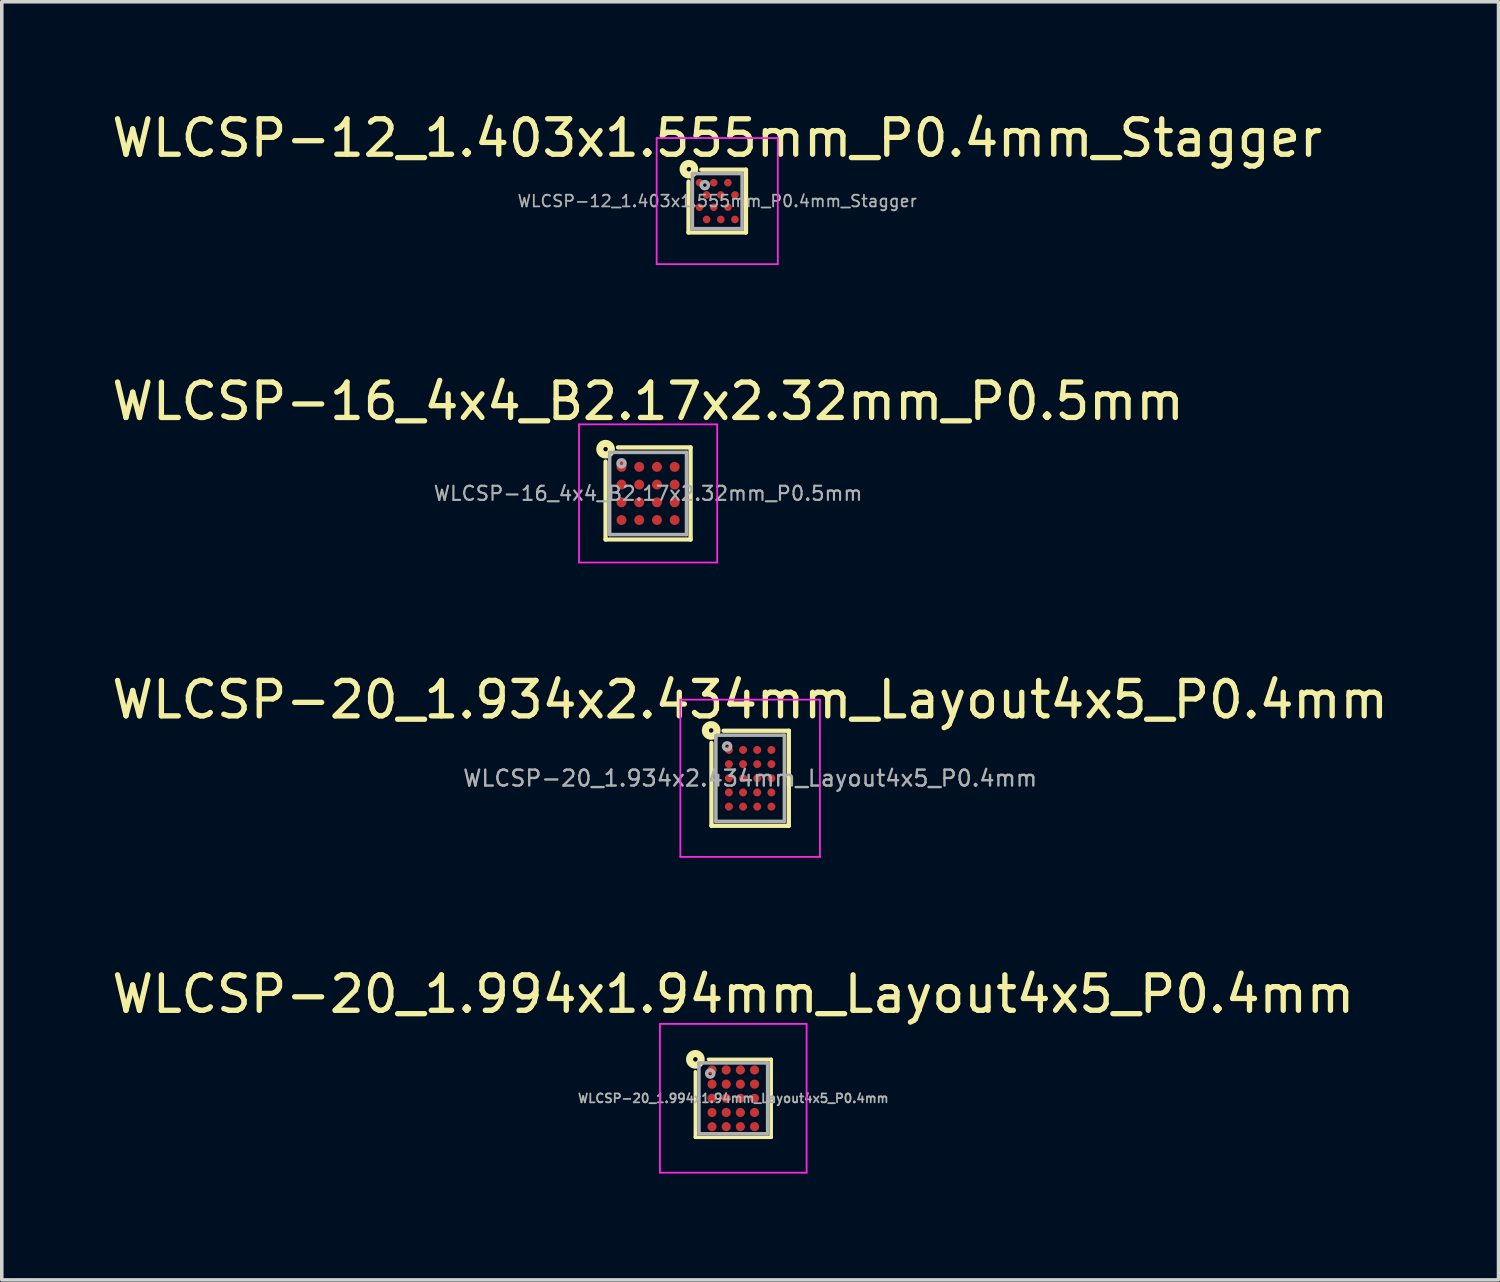
<source format=kicad_pcb>
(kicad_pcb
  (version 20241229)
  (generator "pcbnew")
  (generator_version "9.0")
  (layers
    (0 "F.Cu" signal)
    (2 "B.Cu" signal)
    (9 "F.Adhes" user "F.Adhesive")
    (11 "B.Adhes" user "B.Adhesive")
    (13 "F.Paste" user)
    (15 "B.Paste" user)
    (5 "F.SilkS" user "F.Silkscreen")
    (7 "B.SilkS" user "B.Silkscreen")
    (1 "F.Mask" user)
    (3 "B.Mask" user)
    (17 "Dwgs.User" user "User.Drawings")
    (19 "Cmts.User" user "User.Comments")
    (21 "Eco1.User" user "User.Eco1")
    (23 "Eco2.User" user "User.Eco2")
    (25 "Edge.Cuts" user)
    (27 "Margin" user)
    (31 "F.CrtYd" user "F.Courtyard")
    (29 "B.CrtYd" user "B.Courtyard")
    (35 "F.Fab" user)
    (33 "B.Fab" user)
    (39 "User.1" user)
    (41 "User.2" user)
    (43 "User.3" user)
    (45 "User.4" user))
  (footprint "WLCSP-20_1.934x2.434mm_Layout4x5_P0.4mm"
    (layer "F.Cu")
    (at 18.125 18.919)
    (property "Reference" "WLCSP-20_1.934x2.434mm_Layout4x5_P0.4mm" (at 0 -2.217 0) (layer "F.SilkS") (effects (font (size 1 1) (thickness 0.15))))
    (attr smd)
    (fp_line (start -1.092 1.342) (end -1.092 -1) (stroke (width 0.12) (type solid)) (layer "F.SilkS"))
    (fp_line (start -0.75 -1.342) (end 1.092 -1.342) (stroke (width 0.12) (type solid)) (layer "F.SilkS"))
    (fp_line (start 1.092 -1.342) (end 1.092 1.342) (stroke (width 0.12) (type solid)) (layer "F.SilkS"))
    (fp_line (start 1.092 1.342) (end -1.092 1.342) (stroke (width 0.12) (type solid)) (layer "F.SilkS"))
    (fp_circle (center -1.1 -1.35) (end -1.036 -1.35) (stroke (width 0.2) (type solid)) (fill no) (layer "F.SilkS"))
    (fp_line (start -1.97 -2.22) (end -1.97 2.22) (stroke (width 0.05) (type solid)) (layer "F.CrtYd"))
    (fp_line (start -1.97 2.22) (end 1.97 2.22) (stroke (width 0.05) (type solid)) (layer "F.CrtYd"))
    (fp_line (start 1.97 -2.22) (end -1.97 -2.22) (stroke (width 0.05) (type solid)) (layer "F.CrtYd"))
    (fp_line (start 1.97 2.22) (end 1.97 -2.22) (stroke (width 0.05) (type solid)) (layer "F.CrtYd"))
    (fp_line (start -0.967 1.217) (end -0.967 -1.2) (stroke (width 0.1) (type solid)) (layer "F.Fab"))
    (fp_line (start -0.95 -1.217) (end 0.967 -1.217) (stroke (width 0.1) (type solid)) (layer "F.Fab"))
    (fp_line (start 0.967 -1.217) (end 0.967 1.217) (stroke (width 0.1) (type solid)) (layer "F.Fab"))
    (fp_line (start 0.967 1.217) (end -0.967 1.217) (stroke (width 0.1) (type solid)) (layer "F.Fab"))
    (fp_circle (center -0.65 -0.9) (end -0.55 -0.9) (stroke (width 0.1) (type solid)) (fill no) (layer "F.Fab"))
    (fp_text user "${REFERENCE}" (at 0 0 0) (layer "F.Fab") (effects (font (size 0.45 0.45) (thickness 0.068))))
    (pad "A1" smd circle (at -0.6 -0.8) (size 0.225 0.225) (layers "F.Cu" "F.Mask" "F.Paste"))
    (pad "A2" smd circle (at -0.2 -0.8) (size 0.225 0.225) (layers "F.Cu" "F.Mask" "F.Paste"))
    (pad "A3" smd circle (at 0.2 -0.8) (size 0.225 0.225) (layers "F.Cu" "F.Mask" "F.Paste"))
    (pad "A4" smd circle (at 0.6 -0.8) (size 0.225 0.225) (layers "F.Cu" "F.Mask" "F.Paste"))
    (pad "B1" smd circle (at -0.6 -0.4) (size 0.225 0.225) (layers "F.Cu" "F.Mask" "F.Paste"))
    (pad "B2" smd circle (at -0.2 -0.4) (size 0.225 0.225) (layers "F.Cu" "F.Mask" "F.Paste"))
    (pad "B3" smd circle (at 0.2 -0.4) (size 0.225 0.225) (layers "F.Cu" "F.Mask" "F.Paste"))
    (pad "B4" smd circle (at 0.6 -0.4) (size 0.225 0.225) (layers "F.Cu" "F.Mask" "F.Paste"))
    (pad "C1" smd circle (at -0.6 0) (size 0.225 0.225) (layers "F.Cu" "F.Mask" "F.Paste"))
    (pad "C2" smd circle (at -0.2 0) (size 0.225 0.225) (layers "F.Cu" "F.Mask" "F.Paste"))
    (pad "C3" smd circle (at 0.2 0) (size 0.225 0.225) (layers "F.Cu" "F.Mask" "F.Paste"))
    (pad "C4" smd circle (at 0.6 0) (size 0.225 0.225) (layers "F.Cu" "F.Mask" "F.Paste"))
    (pad "D1" smd circle (at -0.6 0.4) (size 0.225 0.225) (layers "F.Cu" "F.Mask" "F.Paste"))
    (pad "D2" smd circle (at -0.2 0.4) (size 0.225 0.225) (layers "F.Cu" "F.Mask" "F.Paste"))
    (pad "D3" smd circle (at 0.2 0.4) (size 0.225 0.225) (layers "F.Cu" "F.Mask" "F.Paste"))
    (pad "D4" smd circle (at 0.6 0.4) (size 0.225 0.225) (layers "F.Cu" "F.Mask" "F.Paste"))
    (pad "E1" smd circle (at -0.6 0.8) (size 0.225 0.225) (layers "F.Cu" "F.Mask" "F.Paste"))
    (pad "E2" smd circle (at -0.2 0.8) (size 0.225 0.225) (layers "F.Cu" "F.Mask" "F.Paste"))
    (pad "E3" smd circle (at 0.2 0.8) (size 0.225 0.225) (layers "F.Cu" "F.Mask" "F.Paste"))
    (pad "E4" smd circle (at 0.6 0.8) (size 0.225 0.225) (layers "F.Cu" "F.Mask" "F.Paste")))
  (footprint "WLCSP-12_1.403x1.555mm_P0.4mm_Stagger"
    (layer "F.Cu")
    (at 17.196 2.626)
    (property "Reference" "WLCSP-12_1.403x1.555mm_P0.4mm_Stagger" (at 0 -1.778 0) (layer "F.SilkS") (effects (font (size 1 1) (thickness 0.15))))
    (attr smd)
    (fp_line (start -0.811 0.887) (end -0.811 -0.55) (stroke (width 0.12) (type solid)) (layer "F.SilkS"))
    (fp_line (start -0.45 -0.887) (end 0.811 -0.887) (stroke (width 0.12) (type solid)) (layer "F.SilkS"))
    (fp_line (start 0.811 -0.887) (end 0.811 0.887) (stroke (width 0.12) (type solid)) (layer "F.SilkS"))
    (fp_line (start 0.811 0.887) (end -0.811 0.887) (stroke (width 0.12) (type solid)) (layer "F.SilkS"))
    (fp_circle (center -0.8 -0.9) (end -0.737 -0.9) (stroke (width 0.2) (type solid)) (fill no) (layer "F.SilkS"))
    (fp_line (start -1.71 -1.78) (end -1.71 1.78) (stroke (width 0.05) (type solid)) (layer "F.CrtYd"))
    (fp_line (start -1.71 1.78) (end 1.71 1.78) (stroke (width 0.05) (type solid)) (layer "F.CrtYd"))
    (fp_line (start 1.71 -1.78) (end -1.71 -1.78) (stroke (width 0.05) (type solid)) (layer "F.CrtYd"))
    (fp_line (start 1.71 1.78) (end 1.71 -1.78) (stroke (width 0.05) (type solid)) (layer "F.CrtYd"))
    (fp_line (start -0.702 0.777) (end -0.702 -0.77) (stroke (width 0.1) (type solid)) (layer "F.Fab"))
    (fp_line (start -0.69 -0.777) (end 0.702 -0.777) (stroke (width 0.1) (type solid)) (layer "F.Fab"))
    (fp_line (start 0.702 -0.777) (end 0.702 0.777) (stroke (width 0.1) (type solid)) (layer "F.Fab"))
    (fp_line (start 0.702 0.777) (end -0.702 0.777) (stroke (width 0.1) (type solid)) (layer "F.Fab"))
    (fp_circle (center -0.35 -0.45) (end -0.25 -0.45) (stroke (width 0.1) (type solid)) (fill no) (layer "F.Fab"))
    (fp_text user "${REFERENCE}" (at 0 0 0) (layer "F.Fab") (effects (font (size 0.33 0.33) (thickness 0.05))))
    (pad "A1" smd circle (at -0.5 -0.519) (size 0.215 0.215) (layers "F.Cu" "F.Mask" "F.Paste"))
    (pad "A3" smd circle (at -0.1 -0.519) (size 0.215 0.215) (layers "F.Cu" "F.Mask" "F.Paste"))
    (pad "A5" smd circle (at 0.3 -0.519) (size 0.215 0.215) (layers "F.Cu" "F.Mask" "F.Paste"))
    (pad "B2" smd circle (at -0.3 -0.173) (size 0.215 0.215) (layers "F.Cu" "F.Mask" "F.Paste"))
    (pad "B4" smd circle (at 0.1 -0.173) (size 0.215 0.215) (layers "F.Cu" "F.Mask" "F.Paste"))
    (pad "B6" smd circle (at 0.5 -0.173) (size 0.215 0.215) (layers "F.Cu" "F.Mask" "F.Paste"))
    (pad "C1" smd circle (at -0.5 0.173) (size 0.215 0.215) (layers "F.Cu" "F.Mask" "F.Paste"))
    (pad "C3" smd circle (at -0.1 0.173) (size 0.215 0.215) (layers "F.Cu" "F.Mask" "F.Paste"))
    (pad "C5" smd circle (at 0.3 0.173) (size 0.215 0.215) (layers "F.Cu" "F.Mask" "F.Paste"))
    (pad "D2" smd circle (at -0.3 0.519) (size 0.215 0.215) (layers "F.Cu" "F.Mask" "F.Paste"))
    (pad "D4" smd circle (at 0.1 0.519) (size 0.215 0.215) (layers "F.Cu" "F.Mask" "F.Paste"))
    (pad "D6" smd circle (at 0.5 0.519) (size 0.215 0.215) (layers "F.Cu" "F.Mask" "F.Paste")))
  (footprint "WLCSP-16_4x4_B2.17x2.32mm_P0.5mm"
    (layer "F.Cu")
    (at 15.244 10.879)
    (property "Reference" "WLCSP-16_4x4_B2.17x2.32mm_P0.5mm" (at 0 -2.6 0) (layer "F.SilkS") (effects (font (size 1 1) (thickness 0.15))))
    (attr smd)
    (fp_line (start -1.2 1.3) (end -1.2 -0.9) (stroke (width 0.12) (type solid)) (layer "F.SilkS"))
    (fp_line (start -0.85 -1.3) (end 1.2 -1.3) (stroke (width 0.12) (type solid)) (layer "F.SilkS"))
    (fp_line (start 1.2 -1.3) (end 1.2 1.3) (stroke (width 0.12) (type solid)) (layer "F.SilkS"))
    (fp_line (start 1.2 1.3) (end -1.2 1.3) (stroke (width 0.12) (type solid)) (layer "F.SilkS"))
    (fp_circle (center -1.2 -1.25) (end -1.137 -1.25) (stroke (width 0.2) (type solid)) (fill no) (layer "F.SilkS"))
    (fp_line (start -1.95 -1.95) (end -1.95 1.95) (stroke (width 0.05) (type solid)) (layer "F.CrtYd"))
    (fp_line (start -1.95 -1.95) (end 1.95 -1.95) (stroke (width 0.05) (type solid)) (layer "F.CrtYd"))
    (fp_line (start 1.95 1.95) (end -1.95 1.95) (stroke (width 0.05) (type solid)) (layer "F.CrtYd"))
    (fp_line (start 1.95 1.95) (end 1.95 -1.95) (stroke (width 0.05) (type solid)) (layer "F.CrtYd"))
    (fp_line (start -1.085 1.16) (end -1.085 -1.15) (stroke (width 0.1) (type solid)) (layer "F.Fab"))
    (fp_line (start -1.08 -1.16) (end 1.085 -1.16) (stroke (width 0.1) (type solid)) (layer "F.Fab"))
    (fp_line (start 1.085 -1.16) (end 1.085 1.16) (stroke (width 0.1) (type solid)) (layer "F.Fab"))
    (fp_line (start 1.085 1.16) (end -1.085 1.16) (stroke (width 0.1) (type solid)) (layer "F.Fab"))
    (fp_circle (center -0.75 -0.85) (end -0.65 -0.85) (stroke (width 0.1) (type solid)) (fill no) (layer "F.Fab"))
    (fp_text user "${REFERENCE}" (at 0 0 0) (layer "F.Fab") (effects (font (size 0.4 0.4) (thickness 0.06))))
    (pad "A1" smd circle (at -0.75 -0.75) (size 0.28 0.28) (layers "F.Cu" "F.Mask" "F.Paste"))
    (pad "A2" smd circle (at -0.25 -0.75) (size 0.28 0.28) (layers "F.Cu" "F.Mask" "F.Paste"))
    (pad "A3" smd circle (at 0.25 -0.75) (size 0.28 0.28) (layers "F.Cu" "F.Mask" "F.Paste"))
    (pad "A4" smd circle (at 0.75 -0.75) (size 0.28 0.28) (layers "F.Cu" "F.Mask" "F.Paste"))
    (pad "B1" smd circle (at -0.75 -0.25) (size 0.28 0.28) (layers "F.Cu" "F.Mask" "F.Paste"))
    (pad "B2" smd circle (at -0.25 -0.25) (size 0.28 0.28) (layers "F.Cu" "F.Mask" "F.Paste"))
    (pad "B3" smd circle (at 0.25 -0.25) (size 0.28 0.28) (layers "F.Cu" "F.Mask" "F.Paste"))
    (pad "B4" smd circle (at 0.75 -0.25) (size 0.28 0.28) (layers "F.Cu" "F.Mask" "F.Paste"))
    (pad "C1" smd circle (at -0.75 0.25) (size 0.28 0.28) (layers "F.Cu" "F.Mask" "F.Paste"))
    (pad "C2" smd circle (at -0.25 0.25) (size 0.28 0.28) (layers "F.Cu" "F.Mask" "F.Paste"))
    (pad "C3" smd circle (at 0.25 0.25) (size 0.28 0.28) (layers "F.Cu" "F.Mask" "F.Paste"))
    (pad "C4" smd circle (at 0.75 0.25) (size 0.28 0.28) (layers "F.Cu" "F.Mask" "F.Paste"))
    (pad "D1" smd circle (at -0.75 0.75) (size 0.28 0.28) (layers "F.Cu" "F.Mask" "F.Paste"))
    (pad "D2" smd circle (at -0.25 0.75) (size 0.28 0.28) (layers "F.Cu" "F.Mask" "F.Paste"))
    (pad "D3" smd circle (at 0.25 0.75) (size 0.28 0.28) (layers "F.Cu" "F.Mask" "F.Paste"))
    (pad "D4" smd circle (at 0.75 0.75) (size 0.28 0.28) (layers "F.Cu" "F.Mask" "F.Paste")))
  (footprint "WLCSP-20_1.994x1.94mm_Layout4x5_P0.4mm"
    (layer "F.Cu")
    (at 17.649 27.953)
    (property "Reference" "WLCSP-20_1.994x1.94mm_Layout4x5_P0.4mm" (at 0 -2.94 0) (layer "F.SilkS") (effects (font (size 1 1) (thickness 0.15))))
    (attr smd)
    (fp_line (start -1.07 1.1) (end -1.07 -0.75) (stroke (width 0.1) (type solid)) (layer "F.SilkS"))
    (fp_line (start 1.07 -1.1) (end -0.7 -1.1) (stroke (width 0.1) (type solid)) (layer "F.SilkS"))
    (fp_line (start 1.07 1.1) (end -1.07 1.1) (stroke (width 0.1) (type solid)) (layer "F.SilkS"))
    (fp_line (start 1.07 1.1) (end 1.07 -1.1) (stroke (width 0.1) (type solid)) (layer "F.SilkS"))
    (fp_circle (center -1.07 -1.1) (end -1.006 -1.1) (stroke (width 0.2) (type solid)) (fill no) (layer "F.SilkS"))
    (fp_line (start -2.07 2.1) (end -2.07 -2.1) (stroke (width 0.05) (type solid)) (layer "F.CrtYd"))
    (fp_line (start 2.07 -2.1) (end -2.07 -2.1) (stroke (width 0.05) (type solid)) (layer "F.CrtYd"))
    (fp_line (start 2.07 2.1) (end -2.07 2.1) (stroke (width 0.05) (type solid)) (layer "F.CrtYd"))
    (fp_line (start 2.07 2.1) (end 2.07 -2.1) (stroke (width 0.05) (type solid)) (layer "F.CrtYd"))
    (fp_line (start -0.97 -1) (end 0.97 -1) (stroke (width 0.1) (type solid)) (layer "F.Fab"))
    (fp_line (start -0.97 0.997) (end -0.97 -1) (stroke (width 0.1) (type solid)) (layer "F.Fab"))
    (fp_line (start -0.97 1) (end 0.97 1) (stroke (width 0.1) (type solid)) (layer "F.Fab"))
    (fp_line (start 0.97 0.997) (end 0.97 -1) (stroke (width 0.1) (type solid)) (layer "F.Fab"))
    (fp_circle (center -0.65 -0.7) (end -0.55 -0.7) (stroke (width 0.1) (type solid)) (fill no) (layer "F.Fab"))
    (fp_text user "${REFERENCE}" (at 0 0 0) (layer "F.Fab") (effects (font (size 0.25 0.25) (thickness 0.05))))
    (pad "A1" smd circle (at -0.6 -0.8) (size 0.258 0.258) (layers "F.Cu" "F.Mask" "F.Paste"))
    (pad "A2" smd circle (at -0.2 -0.8) (size 0.258 0.258) (layers "F.Cu" "F.Mask" "F.Paste"))
    (pad "A3" smd circle (at 0.2 -0.8) (size 0.258 0.258) (layers "F.Cu" "F.Mask" "F.Paste"))
    (pad "A4" smd circle (at 0.6 -0.8) (size 0.258 0.258) (layers "F.Cu" "F.Mask" "F.Paste"))
    (pad "B1" smd circle (at -0.6 -0.4) (size 0.258 0.258) (layers "F.Cu" "F.Mask" "F.Paste"))
    (pad "B2" smd circle (at -0.2 -0.4) (size 0.258 0.258) (layers "F.Cu" "F.Mask" "F.Paste"))
    (pad "B3" smd circle (at 0.2 -0.4) (size 0.258 0.258) (layers "F.Cu" "F.Mask" "F.Paste"))
    (pad "B4" smd circle (at 0.6 -0.4) (size 0.258 0.258) (layers "F.Cu" "F.Mask" "F.Paste"))
    (pad "C1" smd circle (at -0.6 0) (size 0.258 0.258) (layers "F.Cu" "F.Mask" "F.Paste"))
    (pad "C2" smd circle (at -0.2 0) (size 0.258 0.258) (layers "F.Cu" "F.Mask" "F.Paste"))
    (pad "C3" smd circle (at 0.2 0) (size 0.258 0.258) (layers "F.Cu" "F.Mask" "F.Paste"))
    (pad "C4" smd circle (at 0.6 0) (size 0.258 0.258) (layers "F.Cu" "F.Mask" "F.Paste"))
    (pad "D1" smd circle (at -0.6 0.4) (size 0.258 0.258) (layers "F.Cu" "F.Mask" "F.Paste"))
    (pad "D2" smd circle (at -0.2 0.4) (size 0.258 0.258) (layers "F.Cu" "F.Mask" "F.Paste"))
    (pad "D3" smd circle (at 0.2 0.4) (size 0.258 0.258) (layers "F.Cu" "F.Mask" "F.Paste"))
    (pad "D4" smd circle (at 0.6 0.4) (size 0.258 0.258) (layers "F.Cu" "F.Mask" "F.Paste"))
    (pad "E1" smd circle (at -0.6 0.8) (size 0.258 0.258) (layers "F.Cu" "F.Mask" "F.Paste"))
    (pad "E2" smd circle (at -0.2 0.8) (size 0.258 0.258) (layers "F.Cu" "F.Mask" "F.Paste"))
    (pad "E3" smd circle (at 0.2 0.8) (size 0.258 0.258) (layers "F.Cu" "F.Mask" "F.Paste"))
    (pad "E4" smd circle (at 0.6 0.8) (size 0.258 0.258) (layers "F.Cu" "F.Mask" "F.Paste")))
  (gr_rect
    (start -3 -3)
    (end 39.25 33.078)
    (stroke (width 0.1) (type default))
    (fill no)
    (layer "Edge.Cuts")))
</source>
